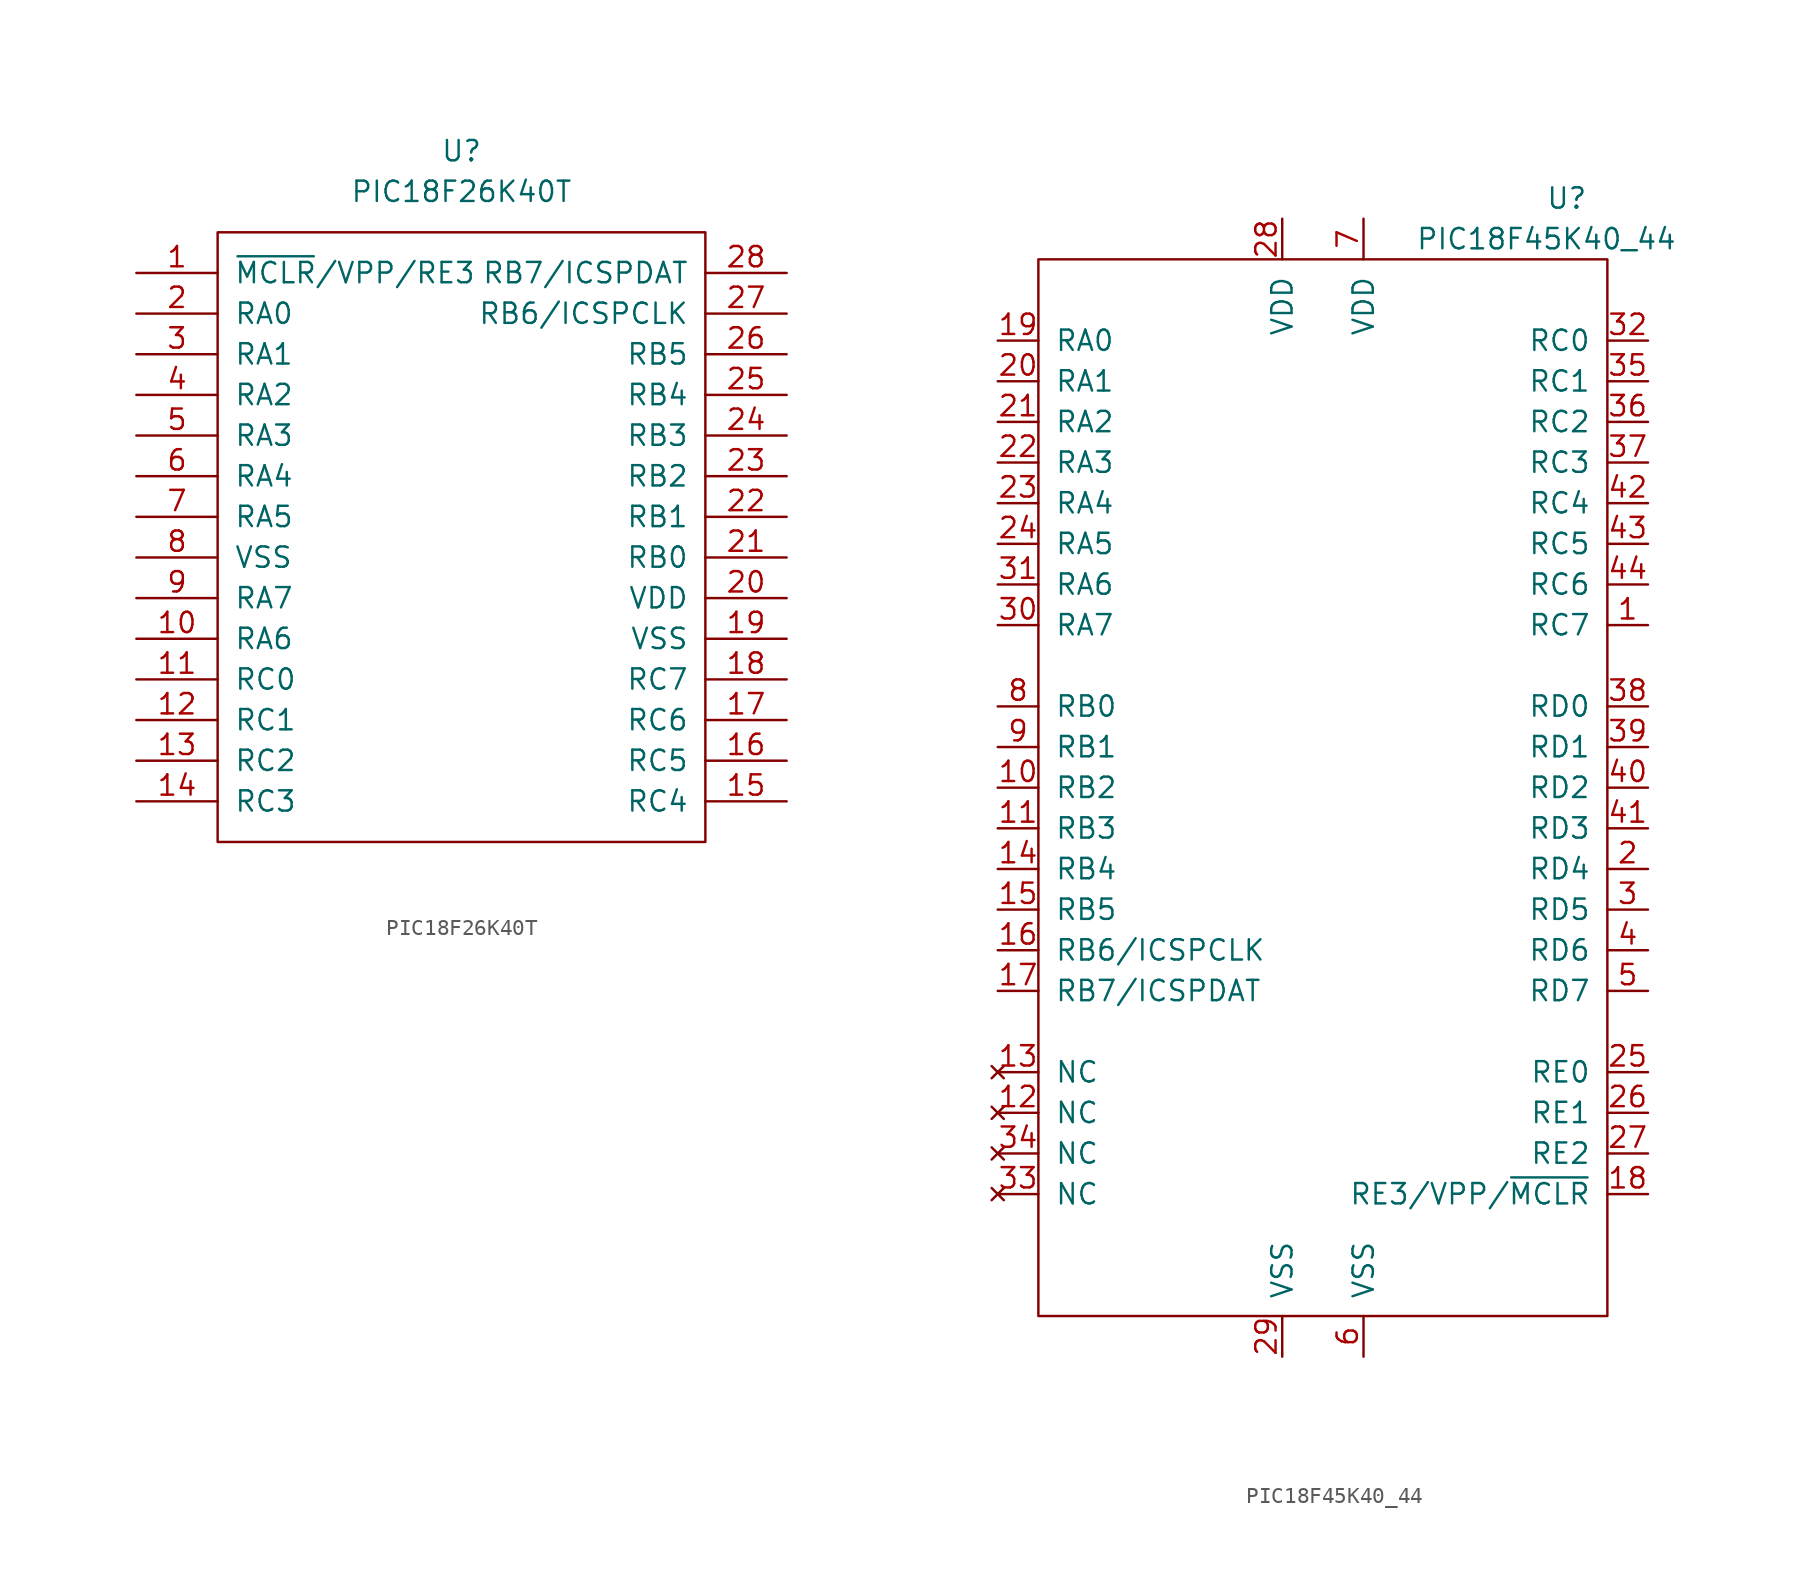
<source format=kicad_sym>
(kicad_symbol_lib
  (version 20211014)
  (generator kicad_symbol_editor)
  (symbol "PIC18F26K40T"
    (pin_names
      (offset 1.016))
    (property "Reference" "U"
      (at 0 38.1 0)
      (effects (font (size 1.27 1.27))))
    (property "Value" "PIC18F26K40T"
      (at 0 35.56 0)
      (effects (font (size 1.27 1.27))))
    (symbol "PIC18F26K40T_0_1"
      (polyline (pts (xy -15.24 33.02) (xy 15.24 33.02) (xy 15.24 -5.08) (xy -15.24 -5.08) (xy -15.24 33.02)) (stroke (width 0) (type default) (color 0 0 0 0)) (fill (type none))))
    (symbol "PIC18F26K40T_1_1"
      (pin bidirectional line (at -20.32 30.48 0) (length 5.08) (name "~{MCLR}/VPP/RE3" (effects (font (size 1.27 1.27)))) (number "1" (effects (font (size 1.27 1.27)))))
      (pin bidirectional line (at -20.32 7.62 0) (length 5.08) (name "RA6" (effects (font (size 1.27 1.27)))) (number "10" (effects (font (size 1.27 1.27)))))
      (pin bidirectional line (at -20.32 5.08 0) (length 5.08) (name "RC0" (effects (font (size 1.27 1.27)))) (number "11" (effects (font (size 1.27 1.27)))))
      (pin bidirectional line (at -20.32 2.54 0) (length 5.08) (name "RC1" (effects (font (size 1.27 1.27)))) (number "12" (effects (font (size 1.27 1.27)))))
      (pin bidirectional line (at -20.32 0 0) (length 5.08) (name "RC2" (effects (font (size 1.27 1.27)))) (number "13" (effects (font (size 1.27 1.27)))))
      (pin bidirectional line (at -20.32 -2.54 0) (length 5.08) (name "RC3" (effects (font (size 1.27 1.27)))) (number "14" (effects (font (size 1.27 1.27)))))
      (pin bidirectional line (at 20.32 -2.54 180) (length 5.08) (name "RC4" (effects (font (size 1.27 1.27)))) (number "15" (effects (font (size 1.27 1.27)))))
      (pin bidirectional line (at 20.32 0 180) (length 5.08) (name "RC5" (effects (font (size 1.27 1.27)))) (number "16" (effects (font (size 1.27 1.27)))))
      (pin bidirectional line (at 20.32 2.54 180) (length 5.08) (name "RC6" (effects (font (size 1.27 1.27)))) (number "17" (effects (font (size 1.27 1.27)))))
      (pin bidirectional line (at 20.32 5.08 180) (length 5.08) (name "RC7" (effects (font (size 1.27 1.27)))) (number "18" (effects (font (size 1.27 1.27)))))
      (pin power_in line (at 20.32 7.62 180) (length 5.08) (name "VSS" (effects (font (size 1.27 1.27)))) (number "19" (effects (font (size 1.27 1.27)))))
      (pin bidirectional line (at -20.32 27.94 0) (length 5.08) (name "RA0" (effects (font (size 1.27 1.27)))) (number "2" (effects (font (size 1.27 1.27)))))
      (pin power_in line (at 20.32 10.16 180) (length 5.08) (name "VDD" (effects (font (size 1.27 1.27)))) (number "20" (effects (font (size 1.27 1.27)))))
      (pin bidirectional line (at 20.32 12.7 180) (length 5.08) (name "RB0" (effects (font (size 1.27 1.27)))) (number "21" (effects (font (size 1.27 1.27)))))
      (pin bidirectional line (at 20.32 15.24 180) (length 5.08) (name "RB1" (effects (font (size 1.27 1.27)))) (number "22" (effects (font (size 1.27 1.27)))))
      (pin bidirectional line (at 20.32 17.78 180) (length 5.08) (name "RB2" (effects (font (size 1.27 1.27)))) (number "23" (effects (font (size 1.27 1.27)))))
      (pin bidirectional line (at 20.32 20.32 180) (length 5.08) (name "RB3" (effects (font (size 1.27 1.27)))) (number "24" (effects (font (size 1.27 1.27)))))
      (pin bidirectional line (at 20.32 22.86 180) (length 5.08) (name "RB4" (effects (font (size 1.27 1.27)))) (number "25" (effects (font (size 1.27 1.27)))))
      (pin bidirectional line (at 20.32 25.4 180) (length 5.08) (name "RB5" (effects (font (size 1.27 1.27)))) (number "26" (effects (font (size 1.27 1.27)))))
      (pin bidirectional line (at 20.32 27.94 180) (length 5.08) (name "RB6/ICSPCLK" (effects (font (size 1.27 1.27)))) (number "27" (effects (font (size 1.27 1.27)))))
      (pin bidirectional line (at 20.32 30.48 180) (length 5.08) (name "RB7/ICSPDAT" (effects (font (size 1.27 1.27)))) (number "28" (effects (font (size 1.27 1.27)))))
      (pin bidirectional line (at -20.32 25.4 0) (length 5.08) (name "RA1" (effects (font (size 1.27 1.27)))) (number "3" (effects (font (size 1.27 1.27)))))
      (pin bidirectional line (at -20.32 22.86 0) (length 5.08) (name "RA2" (effects (font (size 1.27 1.27)))) (number "4" (effects (font (size 1.27 1.27)))))
      (pin bidirectional line (at -20.32 20.32 0) (length 5.08) (name "RA3" (effects (font (size 1.27 1.27)))) (number "5" (effects (font (size 1.27 1.27)))))
      (pin bidirectional line (at -20.32 17.78 0) (length 5.08) (name "RA4" (effects (font (size 1.27 1.27)))) (number "6" (effects (font (size 1.27 1.27)))))
      (pin bidirectional line (at -20.32 15.24 0) (length 5.08) (name "RA5" (effects (font (size 1.27 1.27)))) (number "7" (effects (font (size 1.27 1.27)))))
      (pin power_in line (at -20.32 12.7 0) (length 5.08) (name "VSS" (effects (font (size 1.27 1.27)))) (number "8" (effects (font (size 1.27 1.27)))))
      (pin bidirectional line (at -20.32 10.16 0) (length 5.08) (name "RA7" (effects (font (size 1.27 1.27)))) (number "9" (effects (font (size 1.27 1.27)))))))
  (symbol "PIC18F45K40_44"
    (pin_names
      (offset 1.016))
    (property "Reference" "U"
      (at 15.24 36.83 0)
      (effects (font (size 1.27 1.27))))
    (property "Value" "PIC18F45K40_44"
      (at 13.97 34.29 0)
      (effects (font (size 1.27 1.27))))
    (symbol "PIC18F45K40_44_0_1"
      (rectangle (start -17.78 33.02) (end 17.78 -33.02) (stroke (width 0) (type default) (color 0 0 0 0)) (fill (type none))))
    (symbol "PIC18F45K40_44_1_1"
      (pin bidirectional line (at 20.32 10.16 180) (length 2.54) (name "RC7" (effects (font (size 1.27 1.27)))) (number "1" (effects (font (size 1.27 1.27)))))
      (pin bidirectional line (at -20.32 0 0) (length 2.54) (name "RB2" (effects (font (size 1.27 1.27)))) (number "10" (effects (font (size 1.27 1.27)))))
      (pin bidirectional line (at -20.32 -2.54 0) (length 2.54) (name "RB3" (effects (font (size 1.27 1.27)))) (number "11" (effects (font (size 1.27 1.27)))))
      (pin no_connect line (at -20.32 -20.32 0) (length 2.54) (name "NC" (effects (font (size 1.27 1.27)))) (number "12" (effects (font (size 1.27 1.27)))))
      (pin no_connect line (at -20.32 -17.78 0) (length 2.54) (name "NC" (effects (font (size 1.27 1.27)))) (number "13" (effects (font (size 1.27 1.27)))))
      (pin bidirectional line (at -20.32 -5.08 0) (length 2.54) (name "RB4" (effects (font (size 1.27 1.27)))) (number "14" (effects (font (size 1.27 1.27)))))
      (pin bidirectional line (at -20.32 -7.62 0) (length 2.54) (name "RB5" (effects (font (size 1.27 1.27)))) (number "15" (effects (font (size 1.27 1.27)))))
      (pin bidirectional line (at -20.32 -10.16 0) (length 2.54) (name "RB6/ICSPCLK" (effects (font (size 1.27 1.27)))) (number "16" (effects (font (size 1.27 1.27)))))
      (pin bidirectional line (at -20.32 -12.7 0) (length 2.54) (name "RB7/ICSPDAT" (effects (font (size 1.27 1.27)))) (number "17" (effects (font (size 1.27 1.27)))))
      (pin bidirectional line (at 20.32 -25.4 180) (length 2.54) (name "RE3/VPP/~{MCLR}" (effects (font (size 1.27 1.27)))) (number "18" (effects (font (size 1.27 1.27)))))
      (pin bidirectional line (at -20.32 27.94 0) (length 2.54) (name "RA0" (effects (font (size 1.27 1.27)))) (number "19" (effects (font (size 1.27 1.27)))))
      (pin bidirectional line (at 20.32 -5.08 180) (length 2.54) (name "RD4" (effects (font (size 1.27 1.27)))) (number "2" (effects (font (size 1.27 1.27)))))
      (pin bidirectional line (at -20.32 25.4 0) (length 2.54) (name "RA1" (effects (font (size 1.27 1.27)))) (number "20" (effects (font (size 1.27 1.27)))))
      (pin bidirectional line (at -20.32 22.86 0) (length 2.54) (name "RA2" (effects (font (size 1.27 1.27)))) (number "21" (effects (font (size 1.27 1.27)))))
      (pin bidirectional line (at -20.32 20.32 0) (length 2.54) (name "RA3" (effects (font (size 1.27 1.27)))) (number "22" (effects (font (size 1.27 1.27)))))
      (pin bidirectional line (at -20.32 17.78 0) (length 2.54) (name "RA4" (effects (font (size 1.27 1.27)))) (number "23" (effects (font (size 1.27 1.27)))))
      (pin bidirectional line (at -20.32 15.24 0) (length 2.54) (name "RA5" (effects (font (size 1.27 1.27)))) (number "24" (effects (font (size 1.27 1.27)))))
      (pin bidirectional line (at 20.32 -17.78 180) (length 2.54) (name "RE0" (effects (font (size 1.27 1.27)))) (number "25" (effects (font (size 1.27 1.27)))))
      (pin bidirectional line (at 20.32 -20.32 180) (length 2.54) (name "RE1" (effects (font (size 1.27 1.27)))) (number "26" (effects (font (size 1.27 1.27)))))
      (pin bidirectional line (at 20.32 -22.86 180) (length 2.54) (name "RE2" (effects (font (size 1.27 1.27)))) (number "27" (effects (font (size 1.27 1.27)))))
      (pin power_in line (at -2.54 35.56 270) (length 2.54) (name "VDD" (effects (font (size 1.27 1.27)))) (number "28" (effects (font (size 1.27 1.27)))))
      (pin power_in line (at -2.54 -35.56 90) (length 2.54) (name "VSS" (effects (font (size 1.27 1.27)))) (number "29" (effects (font (size 1.27 1.27)))))
      (pin bidirectional line (at 20.32 -7.62 180) (length 2.54) (name "RD5" (effects (font (size 1.27 1.27)))) (number "3" (effects (font (size 1.27 1.27)))))
      (pin bidirectional line (at -20.32 10.16 0) (length 2.54) (name "RA7" (effects (font (size 1.27 1.27)))) (number "30" (effects (font (size 1.27 1.27)))))
      (pin bidirectional line (at -20.32 12.7 0) (length 2.54) (name "RA6" (effects (font (size 1.27 1.27)))) (number "31" (effects (font (size 1.27 1.27)))))
      (pin bidirectional line (at 20.32 27.94 180) (length 2.54) (name "RC0" (effects (font (size 1.27 1.27)))) (number "32" (effects (font (size 1.27 1.27)))))
      (pin no_connect line (at -20.32 -25.4 0) (length 2.54) (name "NC" (effects (font (size 1.27 1.27)))) (number "33" (effects (font (size 1.27 1.27)))))
      (pin no_connect line (at -20.32 -22.86 0) (length 2.54) (name "NC" (effects (font (size 1.27 1.27)))) (number "34" (effects (font (size 1.27 1.27)))))
      (pin bidirectional line (at 20.32 25.4 180) (length 2.54) (name "RC1" (effects (font (size 1.27 1.27)))) (number "35" (effects (font (size 1.27 1.27)))))
      (pin bidirectional line (at 20.32 22.86 180) (length 2.54) (name "RC2" (effects (font (size 1.27 1.27)))) (number "36" (effects (font (size 1.27 1.27)))))
      (pin bidirectional line (at 20.32 20.32 180) (length 2.54) (name "RC3" (effects (font (size 1.27 1.27)))) (number "37" (effects (font (size 1.27 1.27)))))
      (pin bidirectional line (at 20.32 5.08 180) (length 2.54) (name "RD0" (effects (font (size 1.27 1.27)))) (number "38" (effects (font (size 1.27 1.27)))))
      (pin bidirectional line (at 20.32 2.54 180) (length 2.54) (name "RD1" (effects (font (size 1.27 1.27)))) (number "39" (effects (font (size 1.27 1.27)))))
      (pin bidirectional line (at 20.32 -10.16 180) (length 2.54) (name "RD6" (effects (font (size 1.27 1.27)))) (number "4" (effects (font (size 1.27 1.27)))))
      (pin bidirectional line (at 20.32 0 180) (length 2.54) (name "RD2" (effects (font (size 1.27 1.27)))) (number "40" (effects (font (size 1.27 1.27)))))
      (pin bidirectional line (at 20.32 -2.54 180) (length 2.54) (name "RD3" (effects (font (size 1.27 1.27)))) (number "41" (effects (font (size 1.27 1.27)))))
      (pin bidirectional line (at 20.32 17.78 180) (length 2.54) (name "RC4" (effects (font (size 1.27 1.27)))) (number "42" (effects (font (size 1.27 1.27)))))
      (pin bidirectional line (at 20.32 15.24 180) (length 2.54) (name "RC5" (effects (font (size 1.27 1.27)))) (number "43" (effects (font (size 1.27 1.27)))))
      (pin bidirectional line (at 20.32 12.7 180) (length 2.54) (name "RC6" (effects (font (size 1.27 1.27)))) (number "44" (effects (font (size 1.27 1.27)))))
      (pin bidirectional line (at 20.32 -12.7 180) (length 2.54) (name "RD7" (effects (font (size 1.27 1.27)))) (number "5" (effects (font (size 1.27 1.27)))))
      (pin power_in line (at 2.54 -35.56 90) (length 2.54) (name "VSS" (effects (font (size 1.27 1.27)))) (number "6" (effects (font (size 1.27 1.27)))))
      (pin power_in line (at 2.54 35.56 270) (length 2.54) (name "VDD" (effects (font (size 1.27 1.27)))) (number "7" (effects (font (size 1.27 1.27)))))
      (pin tri_state line (at -20.32 5.08 0) (length 2.54) (name "RB0" (effects (font (size 1.27 1.27)))) (number "8" (effects (font (size 1.27 1.27)))))
      (pin bidirectional line (at -20.32 2.54 0) (length 2.54) (name "RB1" (effects (font (size 1.27 1.27)))) (number "9" (effects (font (size 1.27 1.27))))))))
</source>
